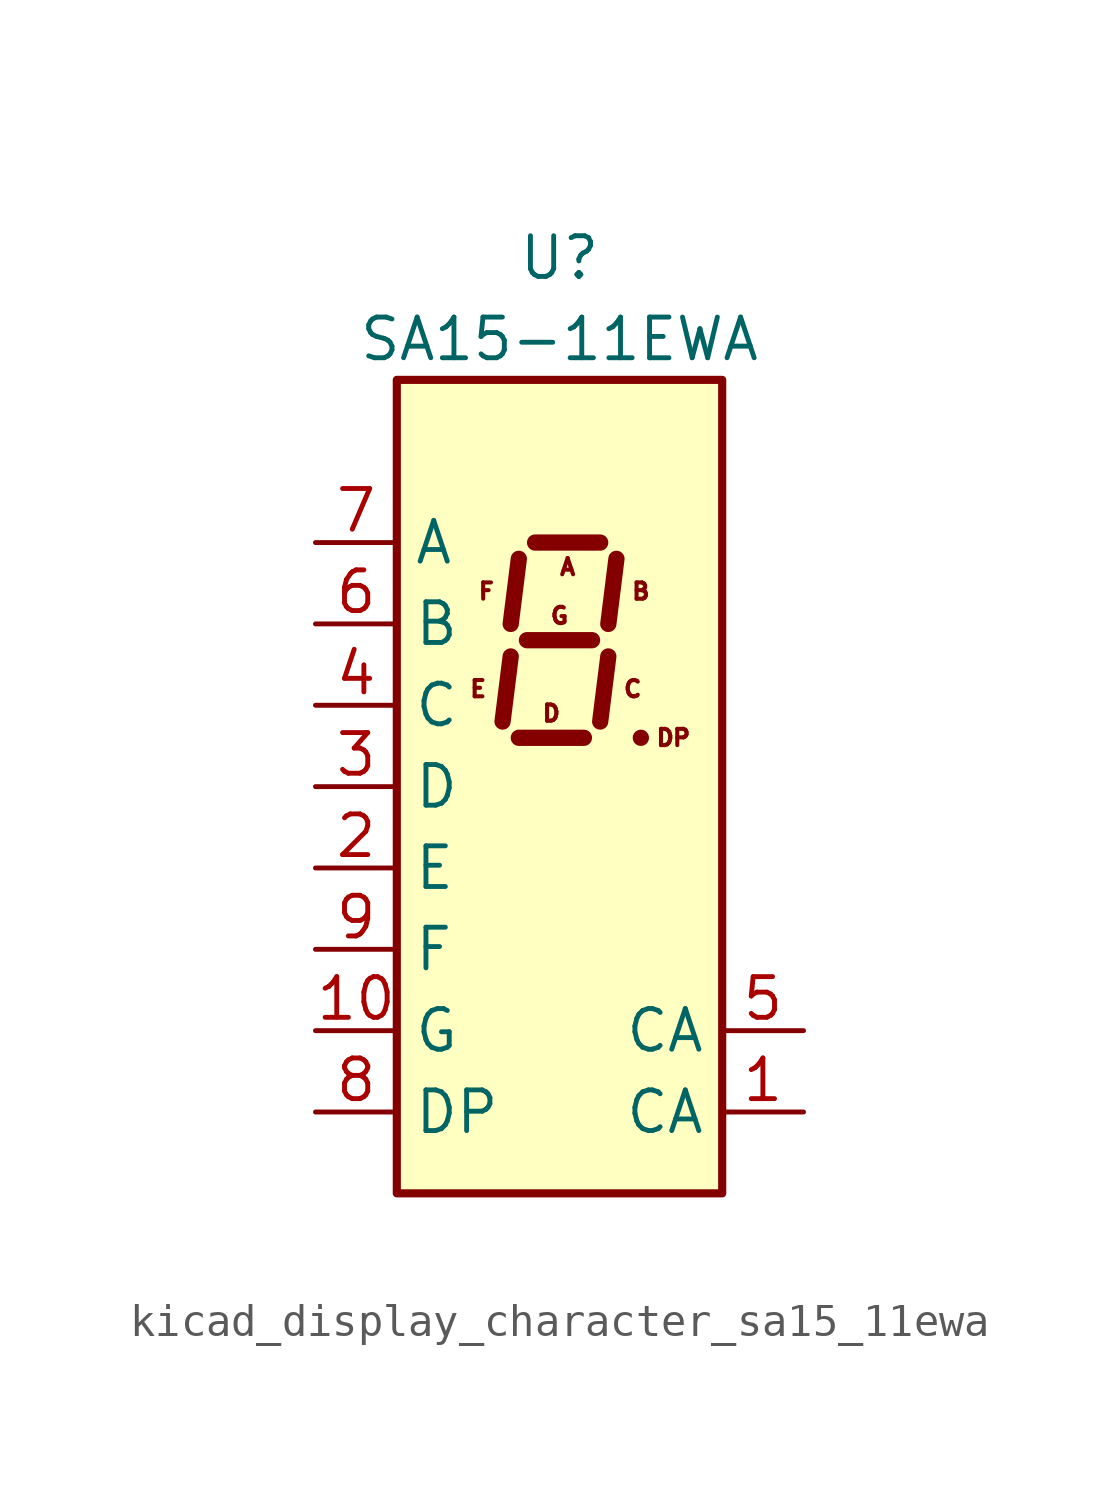
<source format=kicad_sym>
(kicad_symbol_lib
  (version 20220914)
  (generator kicad_symbol_editor)
  (symbol "kicad_display_character_sa15_11ewa"
    (property "Reference" "U"
      (at 0 16.51 0)
      (effects (font (size 1.27 1.27))))
    (property "Value" "SA15-11EWA"
      (at 0 13.97 0)
      (effects (font (size 1.27 1.27))))
    (symbol "kicad_display_character_sa15_11ewa_1_0"
      (text "A" (at 0.254 6.858 0) (effects (font (size 0.508 0.508))))
      (text "B" (at 2.54 6.096 0) (effects (font (size 0.508 0.508))))
      (text "C" (at 2.286 3.048 0) (effects (font (size 0.508 0.508))))
      (text "D" (at -0.254 2.286 0) (effects (font (size 0.508 0.508))))
      (text "DP" (at 3.556 1.524 0) (effects (font (size 0.508 0.508))))
      (text "E" (at -2.54 3.048 0) (effects (font (size 0.508 0.508))))
      (text "F" (at -2.286 6.096 0) (effects (font (size 0.508 0.508))))
      (text "G" (at 0 5.334 0) (effects (font (size 0.508 0.508)))))
    (symbol "kicad_display_character_sa15_11ewa_1_1"
      (rectangle (start -5.08 12.7) (end 5.08 -12.7) (stroke (width 0.254) (type default)) (fill (type background)))
      (polyline (pts (xy -1.524 4.064) (xy -1.778 2.032)) (stroke (width 0.508) (type default)) (fill (type none)))
      (polyline (pts (xy -1.27 1.524) (xy 0.762 1.524)) (stroke (width 0.508) (type default)) (fill (type none)))
      (polyline (pts (xy -1.27 7.112) (xy -1.524 5.08)) (stroke (width 0.508) (type default)) (fill (type none)))
      (polyline (pts (xy -1.016 4.572) (xy 1.016 4.572)) (stroke (width 0.508) (type default)) (fill (type none)))
      (polyline (pts (xy -0.762 7.62) (xy 1.27 7.62)) (stroke (width 0.508) (type default)) (fill (type none)))
      (polyline (pts (xy 1.524 4.064) (xy 1.27 2.032)) (stroke (width 0.508) (type default)) (fill (type none)))
      (polyline (pts (xy 1.778 7.112) (xy 1.524 5.08)) (stroke (width 0.508) (type default)) (fill (type none)))
      (polyline (pts (xy 2.54 1.524) (xy 2.54 1.524)) (stroke (width 0.508) (type default)) (fill (type none)))
      (pin input line (at 7.62 -10.16 180) (length 2.54) (name "CA" (effects (font (size 1.27 1.27)))) (number "1" (effects (font (size 1.27 1.27)))))
      (pin input line (at -7.62 -7.62 0) (length 2.54) (name "G" (effects (font (size 1.27 1.27)))) (number "10" (effects (font (size 1.27 1.27)))))
      (pin input line (at -7.62 -2.54 0) (length 2.54) (name "E" (effects (font (size 1.27 1.27)))) (number "2" (effects (font (size 1.27 1.27)))))
      (pin input line (at -7.62 0 0) (length 2.54) (name "D" (effects (font (size 1.27 1.27)))) (number "3" (effects (font (size 1.27 1.27)))))
      (pin input line (at -7.62 2.54 0) (length 2.54) (name "C" (effects (font (size 1.27 1.27)))) (number "4" (effects (font (size 1.27 1.27)))))
      (pin input line (at 7.62 -7.62 180) (length 2.54) (name "CA" (effects (font (size 1.27 1.27)))) (number "5" (effects (font (size 1.27 1.27)))))
      (pin input line (at -7.62 5.08 0) (length 2.54) (name "B" (effects (font (size 1.27 1.27)))) (number "6" (effects (font (size 1.27 1.27)))))
      (pin input line (at -7.62 7.62 0) (length 2.54) (name "A" (effects (font (size 1.27 1.27)))) (number "7" (effects (font (size 1.27 1.27)))))
      (pin input line (at -7.62 -10.16 0) (length 2.54) (name "DP" (effects (font (size 1.27 1.27)))) (number "8" (effects (font (size 1.27 1.27)))))
      (pin input line (at -7.62 -5.08 0) (length 2.54) (name "F" (effects (font (size 1.27 1.27)))) (number "9" (effects (font (size 1.27 1.27))))))))
</source>
